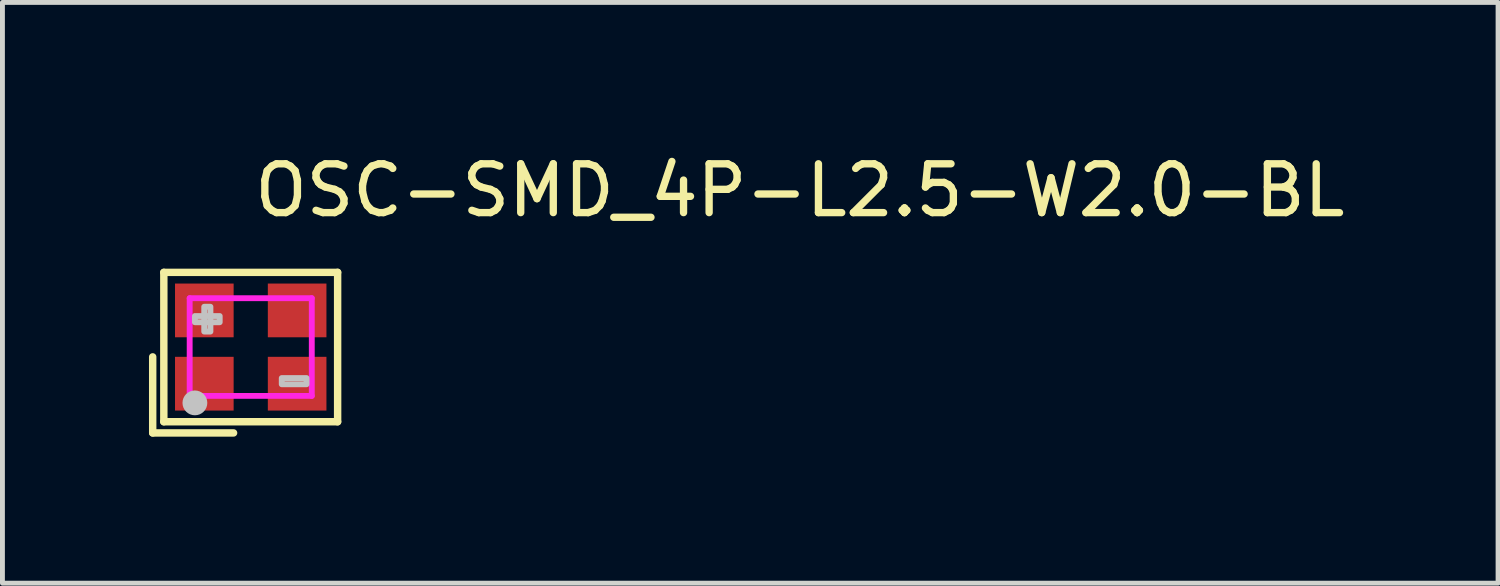
<source format=kicad_pcb>
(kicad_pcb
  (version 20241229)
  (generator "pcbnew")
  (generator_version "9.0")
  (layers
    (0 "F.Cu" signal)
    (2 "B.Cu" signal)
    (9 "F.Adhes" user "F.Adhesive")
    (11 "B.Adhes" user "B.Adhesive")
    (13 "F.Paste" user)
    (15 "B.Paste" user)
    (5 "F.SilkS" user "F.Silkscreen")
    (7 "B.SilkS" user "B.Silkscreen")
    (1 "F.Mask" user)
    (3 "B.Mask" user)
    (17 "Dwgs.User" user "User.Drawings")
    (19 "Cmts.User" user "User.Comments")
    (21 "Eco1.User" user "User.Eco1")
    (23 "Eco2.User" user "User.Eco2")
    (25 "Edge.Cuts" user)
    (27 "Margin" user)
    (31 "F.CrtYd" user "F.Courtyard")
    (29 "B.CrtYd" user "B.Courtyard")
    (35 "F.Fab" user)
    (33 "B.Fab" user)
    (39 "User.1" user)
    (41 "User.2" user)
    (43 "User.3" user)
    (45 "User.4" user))
  (footprint "OSC-SMD_4P-L2.5-W2.0-BL"
    (layer "F.Cu")
    (at 2.083 4.055)
    (property "Reference" "OSC-SMD_4P-L2.5-W2.0-BL" (at 0 -3.207 0) (layer "F.SilkS") (effects (font (size 1 1) (thickness 0.15)) (justify left)))
    (attr through_hole)
    (fp_line (start -2.007 0.201) (end -2.007 1.758) (stroke (width 0.152) (type solid)) (layer "F.SilkS"))
    (fp_line (start -2.007 1.758) (end -0.351 1.758) (stroke (width 0.152) (type solid)) (layer "F.SilkS"))
    (fp_line (start -1.779 -1.529) (end 1.779 -1.529) (stroke (width 0.152) (type solid)) (layer "F.SilkS"))
    (fp_line (start -1.779 1.529) (end -1.779 -1.529) (stroke (width 0.152) (type solid)) (layer "F.SilkS"))
    (fp_line (start 1.779 -1.529) (end 1.779 1.529) (stroke (width 0.152) (type solid)) (layer "F.SilkS"))
    (fp_line (start 1.779 1.529) (end -1.779 1.529) (stroke (width 0.152) (type solid)) (layer "F.SilkS"))
    (fp_circle (center -1.143 1.143) (end -1.016 1.143) (stroke (width 0.254) (type solid)) (fill no) (layer "Dwgs.User"))
    (fp_poly (pts (xy -1.143 -0.635) (xy -0.635 -0.635) (xy -0.635 -0.508) (xy -1.143 -0.508)) (stroke (width 0.12) (type solid)) (fill no) (layer "Dwgs.User"))
    (fp_poly (pts (xy -0.952 -0.317) (xy -0.952 -0.825) (xy -0.825 -0.825) (xy -0.825 -0.317)) (stroke (width 0.12) (type solid)) (fill no) (layer "Dwgs.User"))
    (fp_poly (pts (xy 0.635 0.635) (xy 1.143 0.635) (xy 1.143 0.762) (xy 0.635 0.762)) (stroke (width 0.12) (type solid)) (fill no) (layer "Dwgs.User"))
    (fp_circle (center -1.25 1) (end -1.22 1) (stroke (width 0.06) (type solid)) (fill no) (layer "Eco2.User"))
    (fp_poly (pts (xy -1.25 -1) (xy -0.45 -1) (xy -0.45 -0.325) (xy -1.25 -0.325)) (stroke (width 0.12) (type solid)) (fill no) (layer "Eco2.User"))
    (fp_poly (pts (xy -0.45 1) (xy -1.25 1) (xy -1.25 0.325) (xy -0.45 0.325)) (stroke (width 0.12) (type solid)) (fill no) (layer "Eco2.User"))
    (fp_poly (pts (xy 1.25 -0.325) (xy 0.45 -0.325) (xy 0.45 -1) (xy 1.25 -1)) (stroke (width 0.12) (type solid)) (fill no) (layer "Eco2.User"))
    (fp_poly (pts (xy 1.25 1) (xy 0.45 1) (xy 0.45 0.325) (xy 1.25 0.325)) (stroke (width 0.12) (type solid)) (fill no) (layer "Eco2.User"))
    (fp_line (start -1.25 -1) (end 1.25 -1) (stroke (width 0.12) (type solid)) (layer "F.CrtYd"))
    (fp_line (start -1.25 1) (end -1.25 -1) (stroke (width 0.12) (type solid)) (layer "F.CrtYd"))
    (fp_line (start 1.25 -1) (end 1.25 1) (stroke (width 0.12) (type solid)) (layer "F.CrtYd"))
    (fp_line (start 1.25 1) (end -1.25 1) (stroke (width 0.12) (type solid)) (layer "F.CrtYd"))
    (pad "1" smd rect (at -0.95 0.75) (size 1.2 1.1) (layers "F.Cu" "F.Mask" "F.Paste"))
    (pad "2" smd rect (at 0.95 0.75) (size 1.2 1.1) (layers "F.Cu" "F.Mask" "F.Paste"))
    (pad "3" smd rect (at 0.95 -0.75) (size 1.2 1.1) (layers "F.Cu" "F.Mask" "F.Paste"))
    (pad "4" smd rect (at -0.95 -0.75) (size 1.2 1.1) (layers "F.Cu" "F.Mask" "F.Paste")))
  (gr_rect
    (start -3 -3)
    (end 27.619 8.889)
    (stroke (width 0.1) (type default))
    (fill no)
    (layer "Edge.Cuts")))
</source>
